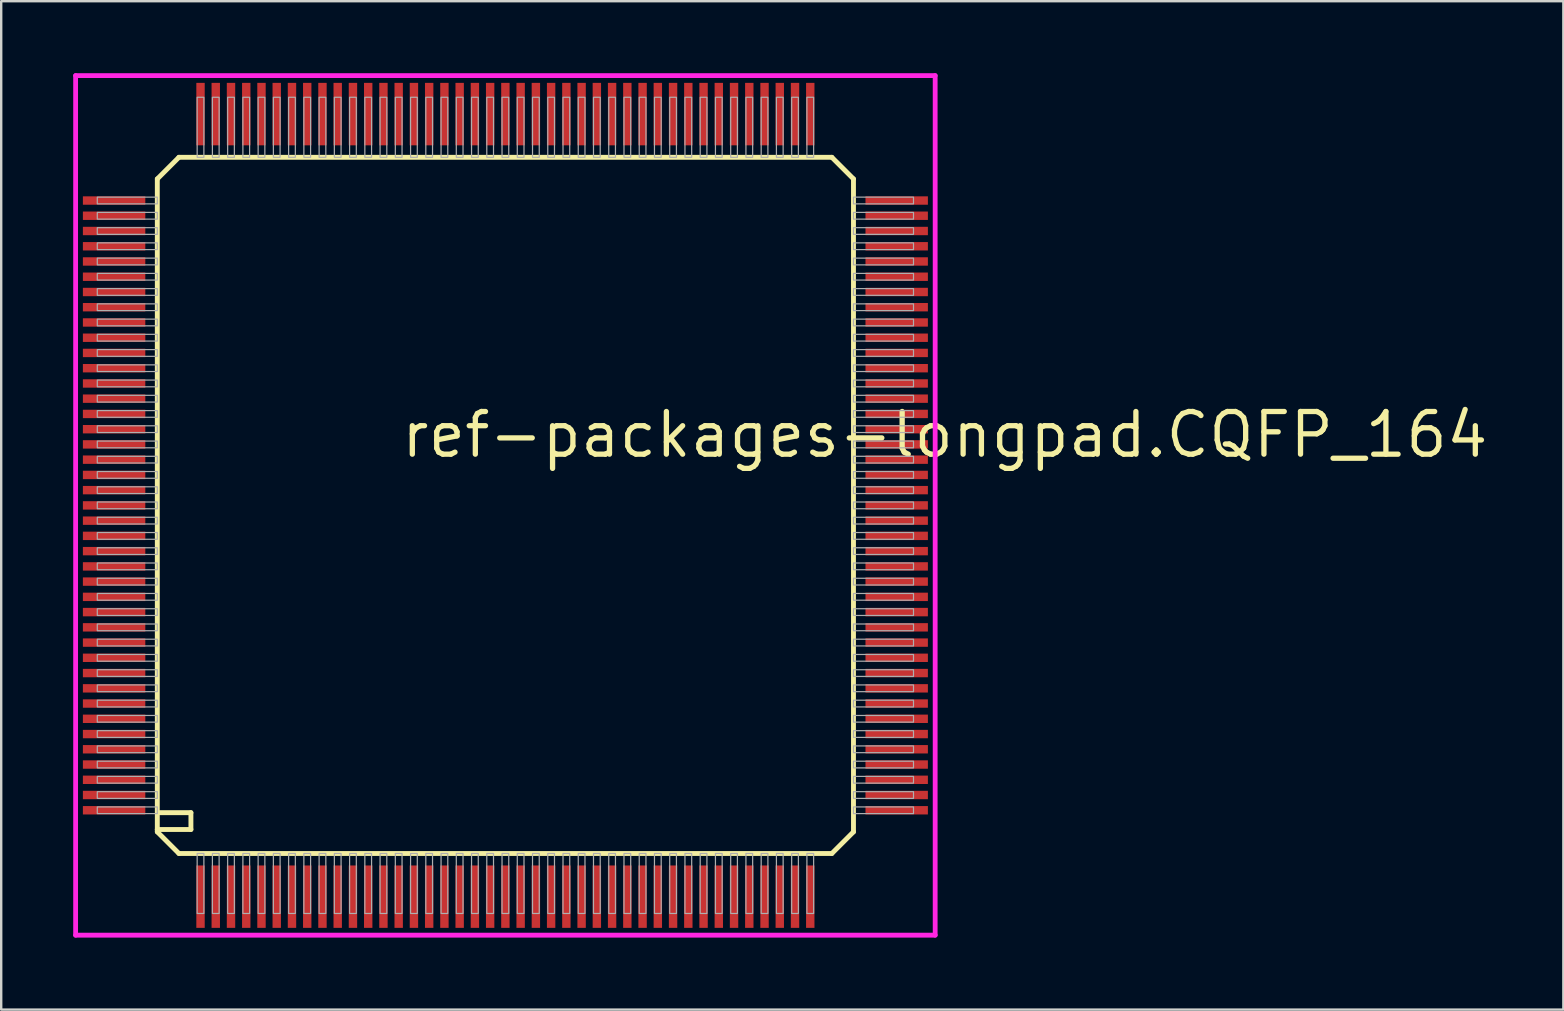
<source format=kicad_pcb>
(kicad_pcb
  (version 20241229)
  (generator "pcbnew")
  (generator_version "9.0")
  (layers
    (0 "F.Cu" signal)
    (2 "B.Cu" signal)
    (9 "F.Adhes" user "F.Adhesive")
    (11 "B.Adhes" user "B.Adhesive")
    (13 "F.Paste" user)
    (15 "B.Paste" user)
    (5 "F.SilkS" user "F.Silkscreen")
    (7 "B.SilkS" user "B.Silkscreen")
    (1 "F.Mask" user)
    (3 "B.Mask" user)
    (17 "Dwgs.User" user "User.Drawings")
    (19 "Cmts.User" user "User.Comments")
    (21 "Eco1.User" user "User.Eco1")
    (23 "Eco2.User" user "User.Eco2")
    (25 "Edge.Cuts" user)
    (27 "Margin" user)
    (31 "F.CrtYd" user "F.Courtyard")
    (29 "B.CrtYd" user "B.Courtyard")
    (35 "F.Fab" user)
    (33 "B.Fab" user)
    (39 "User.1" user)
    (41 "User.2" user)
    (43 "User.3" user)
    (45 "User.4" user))
  (footprint "ref-packages-longpad.CQFP_164"
    (layer "F.Cu")
    (at 18.003 18.003)
    (property "Reference" "ref-packages-longpad.CQFP_164" (at -4.445 -1.905 0) (layer "F.SilkS") (effects (font (size 1.778 1.778) (thickness 0.22)) (justify left bottom)))
    (attr smd)
    (fp_line (start -14.5 -13.6) (end -14.5 13.5) (stroke (width 0.203) (type default)) (layer "F.SilkS"))
    (fp_line (start -14.5 -13.6) (end -13.6 -14.5) (stroke (width 0.203) (type default)) (layer "F.SilkS"))
    (fp_line (start -14.5 13.5) (end -14.5 13.6) (stroke (width 0.203) (type default)) (layer "F.SilkS"))
    (fp_line (start -14.5 13.5) (end -13.1 13.5) (stroke (width 0.203) (type default)) (layer "F.SilkS"))
    (fp_line (start -14.5 13.6) (end -13.6 14.5) (stroke (width 0.203) (type default)) (layer "F.SilkS"))
    (fp_line (start -13.6 14.5) (end 13.6 14.5) (stroke (width 0.203) (type default)) (layer "F.SilkS"))
    (fp_line (start -13.1 12.8) (end -14.4 12.8) (stroke (width 0.203) (type default)) (layer "F.SilkS"))
    (fp_line (start -13.1 13.5) (end -13.1 12.8) (stroke (width 0.203) (type default)) (layer "F.SilkS"))
    (fp_line (start 13.6 -14.5) (end -13.6 -14.5) (stroke (width 0.203) (type default)) (layer "F.SilkS"))
    (fp_line (start 13.6 -14.5) (end 14.5 -13.6) (stroke (width 0.203) (type default)) (layer "F.SilkS"))
    (fp_line (start 13.6 14.5) (end 14.5 13.6) (stroke (width 0.203) (type default)) (layer "F.SilkS"))
    (fp_line (start 14.5 13.6) (end 14.5 -13.6) (stroke (width 0.203) (type default)) (layer "F.SilkS"))
    (fp_line (start -17.903 -17.903) (end 17.903 -17.903) (stroke (width 0.2) (type default)) (layer "F.CrtYd"))
    (fp_line (start -17.903 17.903) (end -17.903 -17.903) (stroke (width 0.2) (type default)) (layer "F.CrtYd"))
    (fp_line (start 17.903 -17.903) (end 17.903 17.903) (stroke (width 0.2) (type default)) (layer "F.CrtYd"))
    (fp_line (start 17.903 17.903) (end -17.903 17.903) (stroke (width 0.2) (type default)) (layer "F.CrtYd"))
    (fp_rect (start -17 -12.56) (end -14.5 -12.84) (stroke (width 0.05) (type default)) (fill no) (layer "F.Fab"))
    (fp_rect (start -17 -11.925) (end -14.5 -12.205) (stroke (width 0.05) (type default)) (fill no) (layer "F.Fab"))
    (fp_rect (start -17 -11.29) (end -14.5 -11.57) (stroke (width 0.05) (type default)) (fill no) (layer "F.Fab"))
    (fp_rect (start -17 -10.655) (end -14.5 -10.935) (stroke (width 0.05) (type default)) (fill no) (layer "F.Fab"))
    (fp_rect (start -17 -10.02) (end -14.5 -10.3) (stroke (width 0.05) (type default)) (fill no) (layer "F.Fab"))
    (fp_rect (start -17 -9.385) (end -14.5 -9.665) (stroke (width 0.05) (type default)) (fill no) (layer "F.Fab"))
    (fp_rect (start -17 -8.75) (end -14.5 -9.03) (stroke (width 0.05) (type default)) (fill no) (layer "F.Fab"))
    (fp_rect (start -17 -8.115) (end -14.5 -8.395) (stroke (width 0.05) (type default)) (fill no) (layer "F.Fab"))
    (fp_rect (start -17 -7.48) (end -14.5 -7.76) (stroke (width 0.05) (type default)) (fill no) (layer "F.Fab"))
    (fp_rect (start -17 -6.845) (end -14.5 -7.125) (stroke (width 0.05) (type default)) (fill no) (layer "F.Fab"))
    (fp_rect (start -17 -6.21) (end -14.5 -6.49) (stroke (width 0.05) (type default)) (fill no) (layer "F.Fab"))
    (fp_rect (start -17 -5.575) (end -14.5 -5.855) (stroke (width 0.05) (type default)) (fill no) (layer "F.Fab"))
    (fp_rect (start -17 -4.94) (end -14.5 -5.22) (stroke (width 0.05) (type default)) (fill no) (layer "F.Fab"))
    (fp_rect (start -17 -4.305) (end -14.5 -4.585) (stroke (width 0.05) (type default)) (fill no) (layer "F.Fab"))
    (fp_rect (start -17 -3.67) (end -14.5 -3.95) (stroke (width 0.05) (type default)) (fill no) (layer "F.Fab"))
    (fp_rect (start -17 -3.035) (end -14.5 -3.315) (stroke (width 0.05) (type default)) (fill no) (layer "F.Fab"))
    (fp_rect (start -17 -2.4) (end -14.5 -2.68) (stroke (width 0.05) (type default)) (fill no) (layer "F.Fab"))
    (fp_rect (start -17 -1.765) (end -14.5 -2.045) (stroke (width 0.05) (type default)) (fill no) (layer "F.Fab"))
    (fp_rect (start -17 -1.13) (end -14.5 -1.41) (stroke (width 0.05) (type default)) (fill no) (layer "F.Fab"))
    (fp_rect (start -17 -0.495) (end -14.5 -0.775) (stroke (width 0.05) (type default)) (fill no) (layer "F.Fab"))
    (fp_rect (start -17 0.14) (end -14.5 -0.14) (stroke (width 0.05) (type default)) (fill no) (layer "F.Fab"))
    (fp_rect (start -17 0.775) (end -14.5 0.495) (stroke (width 0.05) (type default)) (fill no) (layer "F.Fab"))
    (fp_rect (start -17 1.41) (end -14.5 1.13) (stroke (width 0.05) (type default)) (fill no) (layer "F.Fab"))
    (fp_rect (start -17 2.045) (end -14.5 1.765) (stroke (width 0.05) (type default)) (fill no) (layer "F.Fab"))
    (fp_rect (start -17 2.68) (end -14.5 2.4) (stroke (width 0.05) (type default)) (fill no) (layer "F.Fab"))
    (fp_rect (start -17 3.315) (end -14.5 3.035) (stroke (width 0.05) (type default)) (fill no) (layer "F.Fab"))
    (fp_rect (start -17 3.95) (end -14.5 3.67) (stroke (width 0.05) (type default)) (fill no) (layer "F.Fab"))
    (fp_rect (start -17 4.585) (end -14.5 4.305) (stroke (width 0.05) (type default)) (fill no) (layer "F.Fab"))
    (fp_rect (start -17 5.22) (end -14.5 4.94) (stroke (width 0.05) (type default)) (fill no) (layer "F.Fab"))
    (fp_rect (start -17 5.855) (end -14.5 5.575) (stroke (width 0.05) (type default)) (fill no) (layer "F.Fab"))
    (fp_rect (start -17 6.49) (end -14.5 6.21) (stroke (width 0.05) (type default)) (fill no) (layer "F.Fab"))
    (fp_rect (start -17 7.125) (end -14.5 6.845) (stroke (width 0.05) (type default)) (fill no) (layer "F.Fab"))
    (fp_rect (start -17 7.76) (end -14.5 7.48) (stroke (width 0.05) (type default)) (fill no) (layer "F.Fab"))
    (fp_rect (start -17 8.395) (end -14.5 8.115) (stroke (width 0.05) (type default)) (fill no) (layer "F.Fab"))
    (fp_rect (start -17 9.03) (end -14.5 8.75) (stroke (width 0.05) (type default)) (fill no) (layer "F.Fab"))
    (fp_rect (start -17 9.665) (end -14.5 9.385) (stroke (width 0.05) (type default)) (fill no) (layer "F.Fab"))
    (fp_rect (start -17 10.3) (end -14.5 10.02) (stroke (width 0.05) (type default)) (fill no) (layer "F.Fab"))
    (fp_rect (start -17 10.935) (end -14.5 10.655) (stroke (width 0.05) (type default)) (fill no) (layer "F.Fab"))
    (fp_rect (start -17 11.57) (end -14.5 11.29) (stroke (width 0.05) (type default)) (fill no) (layer "F.Fab"))
    (fp_rect (start -17 12.205) (end -14.5 11.925) (stroke (width 0.05) (type default)) (fill no) (layer "F.Fab"))
    (fp_rect (start -17 12.84) (end -14.5 12.56) (stroke (width 0.05) (type default)) (fill no) (layer "F.Fab"))
    (fp_rect (start -12.84 -14.5) (end -12.56 -17) (stroke (width 0.05) (type default)) (fill no) (layer "F.Fab"))
    (fp_rect (start -12.84 17) (end -12.56 14.5) (stroke (width 0.05) (type default)) (fill no) (layer "F.Fab"))
    (fp_rect (start -12.205 -14.5) (end -11.925 -17) (stroke (width 0.05) (type default)) (fill no) (layer "F.Fab"))
    (fp_rect (start -12.205 17) (end -11.925 14.5) (stroke (width 0.05) (type default)) (fill no) (layer "F.Fab"))
    (fp_rect (start -11.57 -14.5) (end -11.29 -17) (stroke (width 0.05) (type default)) (fill no) (layer "F.Fab"))
    (fp_rect (start -11.57 17) (end -11.29 14.5) (stroke (width 0.05) (type default)) (fill no) (layer "F.Fab"))
    (fp_rect (start -10.935 -14.5) (end -10.655 -17) (stroke (width 0.05) (type default)) (fill no) (layer "F.Fab"))
    (fp_rect (start -10.935 17) (end -10.655 14.5) (stroke (width 0.05) (type default)) (fill no) (layer "F.Fab"))
    (fp_rect (start -10.3 -14.5) (end -10.02 -17) (stroke (width 0.05) (type default)) (fill no) (layer "F.Fab"))
    (fp_rect (start -10.3 17) (end -10.02 14.5) (stroke (width 0.05) (type default)) (fill no) (layer "F.Fab"))
    (fp_rect (start -9.665 -14.5) (end -9.385 -17) (stroke (width 0.05) (type default)) (fill no) (layer "F.Fab"))
    (fp_rect (start -9.665 17) (end -9.385 14.5) (stroke (width 0.05) (type default)) (fill no) (layer "F.Fab"))
    (fp_rect (start -9.03 -14.5) (end -8.75 -17) (stroke (width 0.05) (type default)) (fill no) (layer "F.Fab"))
    (fp_rect (start -9.03 17) (end -8.75 14.5) (stroke (width 0.05) (type default)) (fill no) (layer "F.Fab"))
    (fp_rect (start -8.395 -14.5) (end -8.115 -17) (stroke (width 0.05) (type default)) (fill no) (layer "F.Fab"))
    (fp_rect (start -8.395 17) (end -8.115 14.5) (stroke (width 0.05) (type default)) (fill no) (layer "F.Fab"))
    (fp_rect (start -7.76 -14.5) (end -7.48 -17) (stroke (width 0.05) (type default)) (fill no) (layer "F.Fab"))
    (fp_rect (start -7.76 17) (end -7.48 14.5) (stroke (width 0.05) (type default)) (fill no) (layer "F.Fab"))
    (fp_rect (start -7.125 -14.5) (end -6.845 -17) (stroke (width 0.05) (type default)) (fill no) (layer "F.Fab"))
    (fp_rect (start -7.125 17) (end -6.845 14.5) (stroke (width 0.05) (type default)) (fill no) (layer "F.Fab"))
    (fp_rect (start -6.49 -14.5) (end -6.21 -17) (stroke (width 0.05) (type default)) (fill no) (layer "F.Fab"))
    (fp_rect (start -6.49 17) (end -6.21 14.5) (stroke (width 0.05) (type default)) (fill no) (layer "F.Fab"))
    (fp_rect (start -5.855 -14.5) (end -5.575 -17) (stroke (width 0.05) (type default)) (fill no) (layer "F.Fab"))
    (fp_rect (start -5.855 17) (end -5.575 14.5) (stroke (width 0.05) (type default)) (fill no) (layer "F.Fab"))
    (fp_rect (start -5.22 -14.5) (end -4.94 -17) (stroke (width 0.05) (type default)) (fill no) (layer "F.Fab"))
    (fp_rect (start -5.22 17) (end -4.94 14.5) (stroke (width 0.05) (type default)) (fill no) (layer "F.Fab"))
    (fp_rect (start -4.585 -14.5) (end -4.305 -17) (stroke (width 0.05) (type default)) (fill no) (layer "F.Fab"))
    (fp_rect (start -4.585 17) (end -4.305 14.5) (stroke (width 0.05) (type default)) (fill no) (layer "F.Fab"))
    (fp_rect (start -3.95 -14.5) (end -3.67 -17) (stroke (width 0.05) (type default)) (fill no) (layer "F.Fab"))
    (fp_rect (start -3.95 17) (end -3.67 14.5) (stroke (width 0.05) (type default)) (fill no) (layer "F.Fab"))
    (fp_rect (start -3.315 -14.5) (end -3.035 -17) (stroke (width 0.05) (type default)) (fill no) (layer "F.Fab"))
    (fp_rect (start -3.315 17) (end -3.035 14.5) (stroke (width 0.05) (type default)) (fill no) (layer "F.Fab"))
    (fp_rect (start -2.68 -14.5) (end -2.4 -17) (stroke (width 0.05) (type default)) (fill no) (layer "F.Fab"))
    (fp_rect (start -2.68 17) (end -2.4 14.5) (stroke (width 0.05) (type default)) (fill no) (layer "F.Fab"))
    (fp_rect (start -2.045 -14.5) (end -1.765 -17) (stroke (width 0.05) (type default)) (fill no) (layer "F.Fab"))
    (fp_rect (start -2.045 17) (end -1.765 14.5) (stroke (width 0.05) (type default)) (fill no) (layer "F.Fab"))
    (fp_rect (start -1.41 -14.5) (end -1.13 -17) (stroke (width 0.05) (type default)) (fill no) (layer "F.Fab"))
    (fp_rect (start -1.41 17) (end -1.13 14.5) (stroke (width 0.05) (type default)) (fill no) (layer "F.Fab"))
    (fp_rect (start -0.775 -14.5) (end -0.495 -17) (stroke (width 0.05) (type default)) (fill no) (layer "F.Fab"))
    (fp_rect (start -0.775 17) (end -0.495 14.5) (stroke (width 0.05) (type default)) (fill no) (layer "F.Fab"))
    (fp_rect (start -0.14 -14.5) (end 0.14 -17) (stroke (width 0.05) (type default)) (fill no) (layer "F.Fab"))
    (fp_rect (start -0.14 17) (end 0.14 14.5) (stroke (width 0.05) (type default)) (fill no) (layer "F.Fab"))
    (fp_rect (start 0.495 -14.5) (end 0.775 -17) (stroke (width 0.05) (type default)) (fill no) (layer "F.Fab"))
    (fp_rect (start 0.495 17) (end 0.775 14.5) (stroke (width 0.05) (type default)) (fill no) (layer "F.Fab"))
    (fp_rect (start 1.13 -14.5) (end 1.41 -17) (stroke (width 0.05) (type default)) (fill no) (layer "F.Fab"))
    (fp_rect (start 1.13 17) (end 1.41 14.5) (stroke (width 0.05) (type default)) (fill no) (layer "F.Fab"))
    (fp_rect (start 1.765 -14.5) (end 2.045 -17) (stroke (width 0.05) (type default)) (fill no) (layer "F.Fab"))
    (fp_rect (start 1.765 17) (end 2.045 14.5) (stroke (width 0.05) (type default)) (fill no) (layer "F.Fab"))
    (fp_rect (start 2.4 -14.5) (end 2.68 -17) (stroke (width 0.05) (type default)) (fill no) (layer "F.Fab"))
    (fp_rect (start 2.4 17) (end 2.68 14.5) (stroke (width 0.05) (type default)) (fill no) (layer "F.Fab"))
    (fp_rect (start 3.035 -14.5) (end 3.315 -17) (stroke (width 0.05) (type default)) (fill no) (layer "F.Fab"))
    (fp_rect (start 3.035 17) (end 3.315 14.5) (stroke (width 0.05) (type default)) (fill no) (layer "F.Fab"))
    (fp_rect (start 3.67 -14.5) (end 3.95 -17) (stroke (width 0.05) (type default)) (fill no) (layer "F.Fab"))
    (fp_rect (start 3.67 17) (end 3.95 14.5) (stroke (width 0.05) (type default)) (fill no) (layer "F.Fab"))
    (fp_rect (start 4.305 -14.5) (end 4.585 -17) (stroke (width 0.05) (type default)) (fill no) (layer "F.Fab"))
    (fp_rect (start 4.305 17) (end 4.585 14.5) (stroke (width 0.05) (type default)) (fill no) (layer "F.Fab"))
    (fp_rect (start 4.94 -14.5) (end 5.22 -17) (stroke (width 0.05) (type default)) (fill no) (layer "F.Fab"))
    (fp_rect (start 4.94 17) (end 5.22 14.5) (stroke (width 0.05) (type default)) (fill no) (layer "F.Fab"))
    (fp_rect (start 5.575 -14.5) (end 5.855 -17) (stroke (width 0.05) (type default)) (fill no) (layer "F.Fab"))
    (fp_rect (start 5.575 17) (end 5.855 14.5) (stroke (width 0.05) (type default)) (fill no) (layer "F.Fab"))
    (fp_rect (start 6.21 -14.5) (end 6.49 -17) (stroke (width 0.05) (type default)) (fill no) (layer "F.Fab"))
    (fp_rect (start 6.21 17) (end 6.49 14.5) (stroke (width 0.05) (type default)) (fill no) (layer "F.Fab"))
    (fp_rect (start 6.845 -14.5) (end 7.125 -17) (stroke (width 0.05) (type default)) (fill no) (layer "F.Fab"))
    (fp_rect (start 6.845 17) (end 7.125 14.5) (stroke (width 0.05) (type default)) (fill no) (layer "F.Fab"))
    (fp_rect (start 7.48 -14.5) (end 7.76 -17) (stroke (width 0.05) (type default)) (fill no) (layer "F.Fab"))
    (fp_rect (start 7.48 17) (end 7.76 14.5) (stroke (width 0.05) (type default)) (fill no) (layer "F.Fab"))
    (fp_rect (start 8.115 -14.5) (end 8.395 -17) (stroke (width 0.05) (type default)) (fill no) (layer "F.Fab"))
    (fp_rect (start 8.115 17) (end 8.395 14.5) (stroke (width 0.05) (type default)) (fill no) (layer "F.Fab"))
    (fp_rect (start 8.75 -14.5) (end 9.03 -17) (stroke (width 0.05) (type default)) (fill no) (layer "F.Fab"))
    (fp_rect (start 8.75 17) (end 9.03 14.5) (stroke (width 0.05) (type default)) (fill no) (layer "F.Fab"))
    (fp_rect (start 9.385 -14.5) (end 9.665 -17) (stroke (width 0.05) (type default)) (fill no) (layer "F.Fab"))
    (fp_rect (start 9.385 17) (end 9.665 14.5) (stroke (width 0.05) (type default)) (fill no) (layer "F.Fab"))
    (fp_rect (start 10.02 -14.5) (end 10.3 -17) (stroke (width 0.05) (type default)) (fill no) (layer "F.Fab"))
    (fp_rect (start 10.02 17) (end 10.3 14.5) (stroke (width 0.05) (type default)) (fill no) (layer "F.Fab"))
    (fp_rect (start 10.655 -14.5) (end 10.935 -17) (stroke (width 0.05) (type default)) (fill no) (layer "F.Fab"))
    (fp_rect (start 10.655 17) (end 10.935 14.5) (stroke (width 0.05) (type default)) (fill no) (layer "F.Fab"))
    (fp_rect (start 11.29 -14.5) (end 11.57 -17) (stroke (width 0.05) (type default)) (fill no) (layer "F.Fab"))
    (fp_rect (start 11.29 17) (end 11.57 14.5) (stroke (width 0.05) (type default)) (fill no) (layer "F.Fab"))
    (fp_rect (start 11.925 -14.5) (end 12.205 -17) (stroke (width 0.05) (type default)) (fill no) (layer "F.Fab"))
    (fp_rect (start 11.925 17) (end 12.205 14.5) (stroke (width 0.05) (type default)) (fill no) (layer "F.Fab"))
    (fp_rect (start 12.56 -14.5) (end 12.84 -17) (stroke (width 0.05) (type default)) (fill no) (layer "F.Fab"))
    (fp_rect (start 12.56 17) (end 12.84 14.5) (stroke (width 0.05) (type default)) (fill no) (layer "F.Fab"))
    (fp_rect (start 14.5 -12.56) (end 17 -12.84) (stroke (width 0.05) (type default)) (fill no) (layer "F.Fab"))
    (fp_rect (start 14.5 -11.925) (end 17 -12.205) (stroke (width 0.05) (type default)) (fill no) (layer "F.Fab"))
    (fp_rect (start 14.5 -11.29) (end 17 -11.57) (stroke (width 0.05) (type default)) (fill no) (layer "F.Fab"))
    (fp_rect (start 14.5 -10.655) (end 17 -10.935) (stroke (width 0.05) (type default)) (fill no) (layer "F.Fab"))
    (fp_rect (start 14.5 -10.02) (end 17 -10.3) (stroke (width 0.05) (type default)) (fill no) (layer "F.Fab"))
    (fp_rect (start 14.5 -9.385) (end 17 -9.665) (stroke (width 0.05) (type default)) (fill no) (layer "F.Fab"))
    (fp_rect (start 14.5 -8.75) (end 17 -9.03) (stroke (width 0.05) (type default)) (fill no) (layer "F.Fab"))
    (fp_rect (start 14.5 -8.115) (end 17 -8.395) (stroke (width 0.05) (type default)) (fill no) (layer "F.Fab"))
    (fp_rect (start 14.5 -7.48) (end 17 -7.76) (stroke (width 0.05) (type default)) (fill no) (layer "F.Fab"))
    (fp_rect (start 14.5 -6.845) (end 17 -7.125) (stroke (width 0.05) (type default)) (fill no) (layer "F.Fab"))
    (fp_rect (start 14.5 -6.21) (end 17 -6.49) (stroke (width 0.05) (type default)) (fill no) (layer "F.Fab"))
    (fp_rect (start 14.5 -5.575) (end 17 -5.855) (stroke (width 0.05) (type default)) (fill no) (layer "F.Fab"))
    (fp_rect (start 14.5 -4.94) (end 17 -5.22) (stroke (width 0.05) (type default)) (fill no) (layer "F.Fab"))
    (fp_rect (start 14.5 -4.305) (end 17 -4.585) (stroke (width 0.05) (type default)) (fill no) (layer "F.Fab"))
    (fp_rect (start 14.5 -3.67) (end 17 -3.95) (stroke (width 0.05) (type default)) (fill no) (layer "F.Fab"))
    (fp_rect (start 14.5 -3.035) (end 17 -3.315) (stroke (width 0.05) (type default)) (fill no) (layer "F.Fab"))
    (fp_rect (start 14.5 -2.4) (end 17 -2.68) (stroke (width 0.05) (type default)) (fill no) (layer "F.Fab"))
    (fp_rect (start 14.5 -1.765) (end 17 -2.045) (stroke (width 0.05) (type default)) (fill no) (layer "F.Fab"))
    (fp_rect (start 14.5 -1.13) (end 17 -1.41) (stroke (width 0.05) (type default)) (fill no) (layer "F.Fab"))
    (fp_rect (start 14.5 -0.495) (end 17 -0.775) (stroke (width 0.05) (type default)) (fill no) (layer "F.Fab"))
    (fp_rect (start 14.5 0.14) (end 17 -0.14) (stroke (width 0.05) (type default)) (fill no) (layer "F.Fab"))
    (fp_rect (start 14.5 0.775) (end 17 0.495) (stroke (width 0.05) (type default)) (fill no) (layer "F.Fab"))
    (fp_rect (start 14.5 1.41) (end 17 1.13) (stroke (width 0.05) (type default)) (fill no) (layer "F.Fab"))
    (fp_rect (start 14.5 2.045) (end 17 1.765) (stroke (width 0.05) (type default)) (fill no) (layer "F.Fab"))
    (fp_rect (start 14.5 2.68) (end 17 2.4) (stroke (width 0.05) (type default)) (fill no) (layer "F.Fab"))
    (fp_rect (start 14.5 3.315) (end 17 3.035) (stroke (width 0.05) (type default)) (fill no) (layer "F.Fab"))
    (fp_rect (start 14.5 3.95) (end 17 3.67) (stroke (width 0.05) (type default)) (fill no) (layer "F.Fab"))
    (fp_rect (start 14.5 4.585) (end 17 4.305) (stroke (width 0.05) (type default)) (fill no) (layer "F.Fab"))
    (fp_rect (start 14.5 5.22) (end 17 4.94) (stroke (width 0.05) (type default)) (fill no) (layer "F.Fab"))
    (fp_rect (start 14.5 5.855) (end 17 5.575) (stroke (width 0.05) (type default)) (fill no) (layer "F.Fab"))
    (fp_rect (start 14.5 6.49) (end 17 6.21) (stroke (width 0.05) (type default)) (fill no) (layer "F.Fab"))
    (fp_rect (start 14.5 7.125) (end 17 6.845) (stroke (width 0.05) (type default)) (fill no) (layer "F.Fab"))
    (fp_rect (start 14.5 7.76) (end 17 7.48) (stroke (width 0.05) (type default)) (fill no) (layer "F.Fab"))
    (fp_rect (start 14.5 8.395) (end 17 8.115) (stroke (width 0.05) (type default)) (fill no) (layer "F.Fab"))
    (fp_rect (start 14.5 9.03) (end 17 8.75) (stroke (width 0.05) (type default)) (fill no) (layer "F.Fab"))
    (fp_rect (start 14.5 9.665) (end 17 9.385) (stroke (width 0.05) (type default)) (fill no) (layer "F.Fab"))
    (fp_rect (start 14.5 10.3) (end 17 10.02) (stroke (width 0.05) (type default)) (fill no) (layer "F.Fab"))
    (fp_rect (start 14.5 10.935) (end 17 10.655) (stroke (width 0.05) (type default)) (fill no) (layer "F.Fab"))
    (fp_rect (start 14.5 11.57) (end 17 11.29) (stroke (width 0.05) (type default)) (fill no) (layer "F.Fab"))
    (fp_rect (start 14.5 12.205) (end 17 11.925) (stroke (width 0.05) (type default)) (fill no) (layer "F.Fab"))
    (fp_rect (start 14.5 12.84) (end 17 12.56) (stroke (width 0.05) (type default)) (fill no) (layer "F.Fab"))
    (pad "1" smd roundrect (at -12.7 16.3) (size 0.35 2.6) (layers "F.Cu" "F.Mask" "F.Paste") (roundrect_rratio 0.01))
    (pad "2" smd roundrect (at -12.065 16.3) (size 0.35 2.6) (layers "F.Cu" "F.Mask" "F.Paste") (roundrect_rratio 0.01))
    (pad "3" smd roundrect (at -11.43 16.3) (size 0.35 2.6) (layers "F.Cu" "F.Mask" "F.Paste") (roundrect_rratio 0.01))
    (pad "4" smd roundrect (at -10.795 16.3) (size 0.35 2.6) (layers "F.Cu" "F.Mask" "F.Paste") (roundrect_rratio 0.01))
    (pad "5" smd roundrect (at -10.16 16.3) (size 0.35 2.6) (layers "F.Cu" "F.Mask" "F.Paste") (roundrect_rratio 0.01))
    (pad "6" smd roundrect (at -9.525 16.3) (size 0.35 2.6) (layers "F.Cu" "F.Mask" "F.Paste") (roundrect_rratio 0.01))
    (pad "7" smd roundrect (at -8.89 16.3) (size 0.35 2.6) (layers "F.Cu" "F.Mask" "F.Paste") (roundrect_rratio 0.01))
    (pad "8" smd roundrect (at -8.255 16.3) (size 0.35 2.6) (layers "F.Cu" "F.Mask" "F.Paste") (roundrect_rratio 0.01))
    (pad "9" smd roundrect (at -7.62 16.3) (size 0.35 2.6) (layers "F.Cu" "F.Mask" "F.Paste") (roundrect_rratio 0.01))
    (pad "10" smd roundrect (at -6.985 16.3) (size 0.35 2.6) (layers "F.Cu" "F.Mask" "F.Paste") (roundrect_rratio 0.01))
    (pad "11" smd roundrect (at -6.35 16.3) (size 0.35 2.6) (layers "F.Cu" "F.Mask" "F.Paste") (roundrect_rratio 0.01))
    (pad "12" smd roundrect (at -5.715 16.3) (size 0.35 2.6) (layers "F.Cu" "F.Mask" "F.Paste") (roundrect_rratio 0.01))
    (pad "13" smd roundrect (at -5.08 16.3) (size 0.35 2.6) (layers "F.Cu" "F.Mask" "F.Paste") (roundrect_rratio 0.01))
    (pad "14" smd roundrect (at -4.445 16.3) (size 0.35 2.6) (layers "F.Cu" "F.Mask" "F.Paste") (roundrect_rratio 0.01))
    (pad "15" smd roundrect (at -3.81 16.3) (size 0.35 2.6) (layers "F.Cu" "F.Mask" "F.Paste") (roundrect_rratio 0.01))
    (pad "16" smd roundrect (at -3.175 16.3) (size 0.35 2.6) (layers "F.Cu" "F.Mask" "F.Paste") (roundrect_rratio 0.01))
    (pad "17" smd roundrect (at -2.54 16.3) (size 0.35 2.6) (layers "F.Cu" "F.Mask" "F.Paste") (roundrect_rratio 0.01))
    (pad "18" smd roundrect (at -1.905 16.3) (size 0.35 2.6) (layers "F.Cu" "F.Mask" "F.Paste") (roundrect_rratio 0.01))
    (pad "19" smd roundrect (at -1.27 16.3) (size 0.35 2.6) (layers "F.Cu" "F.Mask" "F.Paste") (roundrect_rratio 0.01))
    (pad "20" smd roundrect (at -0.635 16.3) (size 0.35 2.6) (layers "F.Cu" "F.Mask" "F.Paste") (roundrect_rratio 0.01))
    (pad "21" smd roundrect (at 0 16.3) (size 0.35 2.6) (layers "F.Cu" "F.Mask" "F.Paste") (roundrect_rratio 0.01))
    (pad "22" smd roundrect (at 0.635 16.3) (size 0.35 2.6) (layers "F.Cu" "F.Mask" "F.Paste") (roundrect_rratio 0.01))
    (pad "23" smd roundrect (at 1.27 16.3) (size 0.35 2.6) (layers "F.Cu" "F.Mask" "F.Paste") (roundrect_rratio 0.01))
    (pad "24" smd roundrect (at 1.905 16.3) (size 0.35 2.6) (layers "F.Cu" "F.Mask" "F.Paste") (roundrect_rratio 0.01))
    (pad "25" smd roundrect (at 2.54 16.3) (size 0.35 2.6) (layers "F.Cu" "F.Mask" "F.Paste") (roundrect_rratio 0.01))
    (pad "26" smd roundrect (at 3.175 16.3) (size 0.35 2.6) (layers "F.Cu" "F.Mask" "F.Paste") (roundrect_rratio 0.01))
    (pad "27" smd roundrect (at 3.81 16.3) (size 0.35 2.6) (layers "F.Cu" "F.Mask" "F.Paste") (roundrect_rratio 0.01))
    (pad "28" smd roundrect (at 4.445 16.3) (size 0.35 2.6) (layers "F.Cu" "F.Mask" "F.Paste") (roundrect_rratio 0.01))
    (pad "29" smd roundrect (at 5.08 16.3) (size 0.35 2.6) (layers "F.Cu" "F.Mask" "F.Paste") (roundrect_rratio 0.01))
    (pad "30" smd roundrect (at 5.715 16.3) (size 0.35 2.6) (layers "F.Cu" "F.Mask" "F.Paste") (roundrect_rratio 0.01))
    (pad "31" smd roundrect (at 6.35 16.3) (size 0.35 2.6) (layers "F.Cu" "F.Mask" "F.Paste") (roundrect_rratio 0.01))
    (pad "32" smd roundrect (at 6.985 16.3) (size 0.35 2.6) (layers "F.Cu" "F.Mask" "F.Paste") (roundrect_rratio 0.01))
    (pad "33" smd roundrect (at 7.62 16.3) (size 0.35 2.6) (layers "F.Cu" "F.Mask" "F.Paste") (roundrect_rratio 0.01))
    (pad "34" smd roundrect (at 8.255 16.3) (size 0.35 2.6) (layers "F.Cu" "F.Mask" "F.Paste") (roundrect_rratio 0.01))
    (pad "35" smd roundrect (at 8.89 16.3) (size 0.35 2.6) (layers "F.Cu" "F.Mask" "F.Paste") (roundrect_rratio 0.01))
    (pad "36" smd roundrect (at 9.525 16.3) (size 0.35 2.6) (layers "F.Cu" "F.Mask" "F.Paste") (roundrect_rratio 0.01))
    (pad "37" smd roundrect (at 10.16 16.3) (size 0.35 2.6) (layers "F.Cu" "F.Mask" "F.Paste") (roundrect_rratio 0.01))
    (pad "38" smd roundrect (at 10.795 16.3) (size 0.35 2.6) (layers "F.Cu" "F.Mask" "F.Paste") (roundrect_rratio 0.01))
    (pad "39" smd roundrect (at 11.43 16.3) (size 0.35 2.6) (layers "F.Cu" "F.Mask" "F.Paste") (roundrect_rratio 0.01))
    (pad "40" smd roundrect (at 12.065 16.3) (size 0.35 2.6) (layers "F.Cu" "F.Mask" "F.Paste") (roundrect_rratio 0.01))
    (pad "41" smd roundrect (at 12.7 16.3) (size 0.35 2.6) (layers "F.Cu" "F.Mask" "F.Paste") (roundrect_rratio 0.01))
    (pad "42" smd roundrect (at 16.3 12.7) (size 2.6 0.35) (layers "F.Cu" "F.Mask" "F.Paste") (roundrect_rratio 0.01))
    (pad "43" smd roundrect (at 16.3 12.065) (size 2.6 0.35) (layers "F.Cu" "F.Mask" "F.Paste") (roundrect_rratio 0.01))
    (pad "44" smd roundrect (at 16.3 11.43) (size 2.6 0.35) (layers "F.Cu" "F.Mask" "F.Paste") (roundrect_rratio 0.01))
    (pad "45" smd roundrect (at 16.3 10.795) (size 2.6 0.35) (layers "F.Cu" "F.Mask" "F.Paste") (roundrect_rratio 0.01))
    (pad "46" smd roundrect (at 16.3 10.16) (size 2.6 0.35) (layers "F.Cu" "F.Mask" "F.Paste") (roundrect_rratio 0.01))
    (pad "47" smd roundrect (at 16.3 9.525) (size 2.6 0.35) (layers "F.Cu" "F.Mask" "F.Paste") (roundrect_rratio 0.01))
    (pad "48" smd roundrect (at 16.3 8.89) (size 2.6 0.35) (layers "F.Cu" "F.Mask" "F.Paste") (roundrect_rratio 0.01))
    (pad "49" smd roundrect (at 16.3 8.255) (size 2.6 0.35) (layers "F.Cu" "F.Mask" "F.Paste") (roundrect_rratio 0.01))
    (pad "50" smd roundrect (at 16.3 7.62) (size 2.6 0.35) (layers "F.Cu" "F.Mask" "F.Paste") (roundrect_rratio 0.01))
    (pad "51" smd roundrect (at 16.3 6.985) (size 2.6 0.35) (layers "F.Cu" "F.Mask" "F.Paste") (roundrect_rratio 0.01))
    (pad "52" smd roundrect (at 16.3 6.35) (size 2.6 0.35) (layers "F.Cu" "F.Mask" "F.Paste") (roundrect_rratio 0.01))
    (pad "53" smd roundrect (at 16.3 5.715) (size 2.6 0.35) (layers "F.Cu" "F.Mask" "F.Paste") (roundrect_rratio 0.01))
    (pad "54" smd roundrect (at 16.3 5.08) (size 2.6 0.35) (layers "F.Cu" "F.Mask" "F.Paste") (roundrect_rratio 0.01))
    (pad "55" smd roundrect (at 16.3 4.445) (size 2.6 0.35) (layers "F.Cu" "F.Mask" "F.Paste") (roundrect_rratio 0.01))
    (pad "56" smd roundrect (at 16.3 3.81) (size 2.6 0.35) (layers "F.Cu" "F.Mask" "F.Paste") (roundrect_rratio 0.01))
    (pad "57" smd roundrect (at 16.3 3.175) (size 2.6 0.35) (layers "F.Cu" "F.Mask" "F.Paste") (roundrect_rratio 0.01))
    (pad "58" smd roundrect (at 16.3 2.54) (size 2.6 0.35) (layers "F.Cu" "F.Mask" "F.Paste") (roundrect_rratio 0.01))
    (pad "59" smd roundrect (at 16.3 1.905) (size 2.6 0.35) (layers "F.Cu" "F.Mask" "F.Paste") (roundrect_rratio 0.01))
    (pad "60" smd roundrect (at 16.3 1.27) (size 2.6 0.35) (layers "F.Cu" "F.Mask" "F.Paste") (roundrect_rratio 0.01))
    (pad "61" smd roundrect (at 16.3 0.635) (size 2.6 0.35) (layers "F.Cu" "F.Mask" "F.Paste") (roundrect_rratio 0.01))
    (pad "62" smd roundrect (at 16.3 0) (size 2.6 0.35) (layers "F.Cu" "F.Mask" "F.Paste") (roundrect_rratio 0.01))
    (pad "63" smd roundrect (at 16.3 -0.635) (size 2.6 0.35) (layers "F.Cu" "F.Mask" "F.Paste") (roundrect_rratio 0.01))
    (pad "64" smd roundrect (at 16.3 -1.27) (size 2.6 0.35) (layers "F.Cu" "F.Mask" "F.Paste") (roundrect_rratio 0.01))
    (pad "65" smd roundrect (at 16.3 -1.905) (size 2.6 0.35) (layers "F.Cu" "F.Mask" "F.Paste") (roundrect_rratio 0.01))
    (pad "66" smd roundrect (at 16.3 -2.54) (size 2.6 0.35) (layers "F.Cu" "F.Mask" "F.Paste") (roundrect_rratio 0.01))
    (pad "67" smd roundrect (at 16.3 -3.175) (size 2.6 0.35) (layers "F.Cu" "F.Mask" "F.Paste") (roundrect_rratio 0.01))
    (pad "68" smd roundrect (at 16.3 -3.81) (size 2.6 0.35) (layers "F.Cu" "F.Mask" "F.Paste") (roundrect_rratio 0.01))
    (pad "69" smd roundrect (at 16.3 -4.445) (size 2.6 0.35) (layers "F.Cu" "F.Mask" "F.Paste") (roundrect_rratio 0.01))
    (pad "70" smd roundrect (at 16.3 -5.08) (size 2.6 0.35) (layers "F.Cu" "F.Mask" "F.Paste") (roundrect_rratio 0.01))
    (pad "71" smd roundrect (at 16.3 -5.715) (size 2.6 0.35) (layers "F.Cu" "F.Mask" "F.Paste") (roundrect_rratio 0.01))
    (pad "72" smd roundrect (at 16.3 -6.35) (size 2.6 0.35) (layers "F.Cu" "F.Mask" "F.Paste") (roundrect_rratio 0.01))
    (pad "73" smd roundrect (at 16.3 -6.985) (size 2.6 0.35) (layers "F.Cu" "F.Mask" "F.Paste") (roundrect_rratio 0.01))
    (pad "74" smd roundrect (at 16.3 -7.62) (size 2.6 0.35) (layers "F.Cu" "F.Mask" "F.Paste") (roundrect_rratio 0.01))
    (pad "75" smd roundrect (at 16.3 -8.255) (size 2.6 0.35) (layers "F.Cu" "F.Mask" "F.Paste") (roundrect_rratio 0.01))
    (pad "76" smd roundrect (at 16.3 -8.89) (size 2.6 0.35) (layers "F.Cu" "F.Mask" "F.Paste") (roundrect_rratio 0.01))
    (pad "77" smd roundrect (at 16.3 -9.525) (size 2.6 0.35) (layers "F.Cu" "F.Mask" "F.Paste") (roundrect_rratio 0.01))
    (pad "78" smd roundrect (at 16.3 -10.16) (size 2.6 0.35) (layers "F.Cu" "F.Mask" "F.Paste") (roundrect_rratio 0.01))
    (pad "79" smd roundrect (at 16.3 -10.795) (size 2.6 0.35) (layers "F.Cu" "F.Mask" "F.Paste") (roundrect_rratio 0.01))
    (pad "80" smd roundrect (at 16.3 -11.43) (size 2.6 0.35) (layers "F.Cu" "F.Mask" "F.Paste") (roundrect_rratio 0.01))
    (pad "81" smd roundrect (at 16.3 -12.065) (size 2.6 0.35) (layers "F.Cu" "F.Mask" "F.Paste") (roundrect_rratio 0.01))
    (pad "82" smd roundrect (at 16.3 -12.7) (size 2.6 0.35) (layers "F.Cu" "F.Mask" "F.Paste") (roundrect_rratio 0.01))
    (pad "83" smd roundrect (at 12.7 -16.3) (size 0.35 2.6) (layers "F.Cu" "F.Mask" "F.Paste") (roundrect_rratio 0.01))
    (pad "84" smd roundrect (at 12.065 -16.3) (size 0.35 2.6) (layers "F.Cu" "F.Mask" "F.Paste") (roundrect_rratio 0.01))
    (pad "85" smd roundrect (at 11.43 -16.3) (size 0.35 2.6) (layers "F.Cu" "F.Mask" "F.Paste") (roundrect_rratio 0.01))
    (pad "86" smd roundrect (at 10.795 -16.3) (size 0.35 2.6) (layers "F.Cu" "F.Mask" "F.Paste") (roundrect_rratio 0.01))
    (pad "87" smd roundrect (at 10.16 -16.3) (size 0.35 2.6) (layers "F.Cu" "F.Mask" "F.Paste") (roundrect_rratio 0.01))
    (pad "88" smd roundrect (at 9.525 -16.3) (size 0.35 2.6) (layers "F.Cu" "F.Mask" "F.Paste") (roundrect_rratio 0.01))
    (pad "89" smd roundrect (at 8.89 -16.3) (size 0.35 2.6) (layers "F.Cu" "F.Mask" "F.Paste") (roundrect_rratio 0.01))
    (pad "90" smd roundrect (at 8.255 -16.3) (size 0.35 2.6) (layers "F.Cu" "F.Mask" "F.Paste") (roundrect_rratio 0.01))
    (pad "91" smd roundrect (at 7.62 -16.3) (size 0.35 2.6) (layers "F.Cu" "F.Mask" "F.Paste") (roundrect_rratio 0.01))
    (pad "92" smd roundrect (at 6.985 -16.3) (size 0.35 2.6) (layers "F.Cu" "F.Mask" "F.Paste") (roundrect_rratio 0.01))
    (pad "93" smd roundrect (at 6.35 -16.3) (size 0.35 2.6) (layers "F.Cu" "F.Mask" "F.Paste") (roundrect_rratio 0.01))
    (pad "94" smd roundrect (at 5.715 -16.3) (size 0.35 2.6) (layers "F.Cu" "F.Mask" "F.Paste") (roundrect_rratio 0.01))
    (pad "95" smd roundrect (at 5.08 -16.3) (size 0.35 2.6) (layers "F.Cu" "F.Mask" "F.Paste") (roundrect_rratio 0.01))
    (pad "96" smd roundrect (at 4.445 -16.3) (size 0.35 2.6) (layers "F.Cu" "F.Mask" "F.Paste") (roundrect_rratio 0.01))
    (pad "97" smd roundrect (at 3.81 -16.3) (size 0.35 2.6) (layers "F.Cu" "F.Mask" "F.Paste") (roundrect_rratio 0.01))
    (pad "98" smd roundrect (at 3.175 -16.3) (size 0.35 2.6) (layers "F.Cu" "F.Mask" "F.Paste") (roundrect_rratio 0.01))
    (pad "99" smd roundrect (at 2.54 -16.3) (size 0.35 2.6) (layers "F.Cu" "F.Mask" "F.Paste") (roundrect_rratio 0.01))
    (pad "100" smd roundrect (at 1.905 -16.3) (size 0.35 2.6) (layers "F.Cu" "F.Mask" "F.Paste") (roundrect_rratio 0.01))
    (pad "101" smd roundrect (at 1.27 -16.3) (size 0.35 2.6) (layers "F.Cu" "F.Mask" "F.Paste") (roundrect_rratio 0.01))
    (pad "102" smd roundrect (at 0.635 -16.3) (size 0.35 2.6) (layers "F.Cu" "F.Mask" "F.Paste") (roundrect_rratio 0.01))
    (pad "103" smd roundrect (at 0 -16.3) (size 0.35 2.6) (layers "F.Cu" "F.Mask" "F.Paste") (roundrect_rratio 0.01))
    (pad "104" smd roundrect (at -0.635 -16.3) (size 0.35 2.6) (layers "F.Cu" "F.Mask" "F.Paste") (roundrect_rratio 0.01))
    (pad "105" smd roundrect (at -1.27 -16.3) (size 0.35 2.6) (layers "F.Cu" "F.Mask" "F.Paste") (roundrect_rratio 0.01))
    (pad "106" smd roundrect (at -1.905 -16.3) (size 0.35 2.6) (layers "F.Cu" "F.Mask" "F.Paste") (roundrect_rratio 0.01))
    (pad "107" smd roundrect (at -2.54 -16.3) (size 0.35 2.6) (layers "F.Cu" "F.Mask" "F.Paste") (roundrect_rratio 0.01))
    (pad "108" smd roundrect (at -3.175 -16.3) (size 0.35 2.6) (layers "F.Cu" "F.Mask" "F.Paste") (roundrect_rratio 0.01))
    (pad "109" smd roundrect (at -3.81 -16.3) (size 0.35 2.6) (layers "F.Cu" "F.Mask" "F.Paste") (roundrect_rratio 0.01))
    (pad "110" smd roundrect (at -4.445 -16.3) (size 0.35 2.6) (layers "F.Cu" "F.Mask" "F.Paste") (roundrect_rratio 0.01))
    (pad "111" smd roundrect (at -5.08 -16.3) (size 0.35 2.6) (layers "F.Cu" "F.Mask" "F.Paste") (roundrect_rratio 0.01))
    (pad "112" smd roundrect (at -5.715 -16.3) (size 0.35 2.6) (layers "F.Cu" "F.Mask" "F.Paste") (roundrect_rratio 0.01))
    (pad "113" smd roundrect (at -6.35 -16.3) (size 0.35 2.6) (layers "F.Cu" "F.Mask" "F.Paste") (roundrect_rratio 0.01))
    (pad "114" smd roundrect (at -6.985 -16.3) (size 0.35 2.6) (layers "F.Cu" "F.Mask" "F.Paste") (roundrect_rratio 0.01))
    (pad "115" smd roundrect (at -7.62 -16.3) (size 0.35 2.6) (layers "F.Cu" "F.Mask" "F.Paste") (roundrect_rratio 0.01))
    (pad "116" smd roundrect (at -8.255 -16.3) (size 0.35 2.6) (layers "F.Cu" "F.Mask" "F.Paste") (roundrect_rratio 0.01))
    (pad "117" smd roundrect (at -8.89 -16.3) (size 0.35 2.6) (layers "F.Cu" "F.Mask" "F.Paste") (roundrect_rratio 0.01))
    (pad "118" smd roundrect (at -9.525 -16.3) (size 0.35 2.6) (layers "F.Cu" "F.Mask" "F.Paste") (roundrect_rratio 0.01))
    (pad "119" smd roundrect (at -10.16 -16.3) (size 0.35 2.6) (layers "F.Cu" "F.Mask" "F.Paste") (roundrect_rratio 0.01))
    (pad "120" smd roundrect (at -10.795 -16.3) (size 0.35 2.6) (layers "F.Cu" "F.Mask" "F.Paste") (roundrect_rratio 0.01))
    (pad "121" smd roundrect (at -11.43 -16.3) (size 0.35 2.6) (layers "F.Cu" "F.Mask" "F.Paste") (roundrect_rratio 0.01))
    (pad "122" smd roundrect (at -12.065 -16.3) (size 0.35 2.6) (layers "F.Cu" "F.Mask" "F.Paste") (roundrect_rratio 0.01))
    (pad "123" smd roundrect (at -12.7 -16.3) (size 0.35 2.6) (layers "F.Cu" "F.Mask" "F.Paste") (roundrect_rratio 0.01))
    (pad "124" smd roundrect (at -16.3 -12.7) (size 2.6 0.35) (layers "F.Cu" "F.Mask" "F.Paste") (roundrect_rratio 0.01))
    (pad "125" smd roundrect (at -16.3 -12.065) (size 2.6 0.35) (layers "F.Cu" "F.Mask" "F.Paste") (roundrect_rratio 0.01))
    (pad "126" smd roundrect (at -16.3 -11.43) (size 2.6 0.35) (layers "F.Cu" "F.Mask" "F.Paste") (roundrect_rratio 0.01))
    (pad "127" smd roundrect (at -16.3 -10.795) (size 2.6 0.35) (layers "F.Cu" "F.Mask" "F.Paste") (roundrect_rratio 0.01))
    (pad "128" smd roundrect (at -16.3 -10.16) (size 2.6 0.35) (layers "F.Cu" "F.Mask" "F.Paste") (roundrect_rratio 0.01))
    (pad "129" smd roundrect (at -16.3 -9.525) (size 2.6 0.35) (layers "F.Cu" "F.Mask" "F.Paste") (roundrect_rratio 0.01))
    (pad "130" smd roundrect (at -16.3 -8.89) (size 2.6 0.35) (layers "F.Cu" "F.Mask" "F.Paste") (roundrect_rratio 0.01))
    (pad "131" smd roundrect (at -16.3 -8.255) (size 2.6 0.35) (layers "F.Cu" "F.Mask" "F.Paste") (roundrect_rratio 0.01))
    (pad "132" smd roundrect (at -16.3 -7.62) (size 2.6 0.35) (layers "F.Cu" "F.Mask" "F.Paste") (roundrect_rratio 0.01))
    (pad "133" smd roundrect (at -16.3 -6.985) (size 2.6 0.35) (layers "F.Cu" "F.Mask" "F.Paste") (roundrect_rratio 0.01))
    (pad "134" smd roundrect (at -16.3 -6.35) (size 2.6 0.35) (layers "F.Cu" "F.Mask" "F.Paste") (roundrect_rratio 0.01))
    (pad "135" smd roundrect (at -16.3 -5.715) (size 2.6 0.35) (layers "F.Cu" "F.Mask" "F.Paste") (roundrect_rratio 0.01))
    (pad "136" smd roundrect (at -16.3 -5.08) (size 2.6 0.35) (layers "F.Cu" "F.Mask" "F.Paste") (roundrect_rratio 0.01))
    (pad "137" smd roundrect (at -16.3 -4.445) (size 2.6 0.35) (layers "F.Cu" "F.Mask" "F.Paste") (roundrect_rratio 0.01))
    (pad "138" smd roundrect (at -16.3 -3.81) (size 2.6 0.35) (layers "F.Cu" "F.Mask" "F.Paste") (roundrect_rratio 0.01))
    (pad "139" smd roundrect (at -16.3 -3.175) (size 2.6 0.35) (layers "F.Cu" "F.Mask" "F.Paste") (roundrect_rratio 0.01))
    (pad "140" smd roundrect (at -16.3 -2.54) (size 2.6 0.35) (layers "F.Cu" "F.Mask" "F.Paste") (roundrect_rratio 0.01))
    (pad "141" smd roundrect (at -16.3 -1.905) (size 2.6 0.35) (layers "F.Cu" "F.Mask" "F.Paste") (roundrect_rratio 0.01))
    (pad "142" smd roundrect (at -16.3 -1.27) (size 2.6 0.35) (layers "F.Cu" "F.Mask" "F.Paste") (roundrect_rratio 0.01))
    (pad "143" smd roundrect (at -16.3 -0.635) (size 2.6 0.35) (layers "F.Cu" "F.Mask" "F.Paste") (roundrect_rratio 0.01))
    (pad "144" smd roundrect (at -16.3 0) (size 2.6 0.35) (layers "F.Cu" "F.Mask" "F.Paste") (roundrect_rratio 0.01))
    (pad "145" smd roundrect (at -16.3 0.635) (size 2.6 0.35) (layers "F.Cu" "F.Mask" "F.Paste") (roundrect_rratio 0.01))
    (pad "146" smd roundrect (at -16.3 1.27) (size 2.6 0.35) (layers "F.Cu" "F.Mask" "F.Paste") (roundrect_rratio 0.01))
    (pad "147" smd roundrect (at -16.3 1.905) (size 2.6 0.35) (layers "F.Cu" "F.Mask" "F.Paste") (roundrect_rratio 0.01))
    (pad "148" smd roundrect (at -16.3 2.54) (size 2.6 0.35) (layers "F.Cu" "F.Mask" "F.Paste") (roundrect_rratio 0.01))
    (pad "149" smd roundrect (at -16.3 3.175) (size 2.6 0.35) (layers "F.Cu" "F.Mask" "F.Paste") (roundrect_rratio 0.01))
    (pad "150" smd roundrect (at -16.3 3.81) (size 2.6 0.35) (layers "F.Cu" "F.Mask" "F.Paste") (roundrect_rratio 0.01))
    (pad "151" smd roundrect (at -16.3 4.445) (size 2.6 0.35) (layers "F.Cu" "F.Mask" "F.Paste") (roundrect_rratio 0.01))
    (pad "152" smd roundrect (at -16.3 5.08) (size 2.6 0.35) (layers "F.Cu" "F.Mask" "F.Paste") (roundrect_rratio 0.01))
    (pad "153" smd roundrect (at -16.3 5.715) (size 2.6 0.35) (layers "F.Cu" "F.Mask" "F.Paste") (roundrect_rratio 0.01))
    (pad "154" smd roundrect (at -16.3 6.35) (size 2.6 0.35) (layers "F.Cu" "F.Mask" "F.Paste") (roundrect_rratio 0.01))
    (pad "155" smd roundrect (at -16.3 6.985) (size 2.6 0.35) (layers "F.Cu" "F.Mask" "F.Paste") (roundrect_rratio 0.01))
    (pad "156" smd roundrect (at -16.3 7.62) (size 2.6 0.35) (layers "F.Cu" "F.Mask" "F.Paste") (roundrect_rratio 0.01))
    (pad "157" smd roundrect (at -16.3 8.255) (size 2.6 0.35) (layers "F.Cu" "F.Mask" "F.Paste") (roundrect_rratio 0.01))
    (pad "158" smd roundrect (at -16.3 8.89) (size 2.6 0.35) (layers "F.Cu" "F.Mask" "F.Paste") (roundrect_rratio 0.01))
    (pad "159" smd roundrect (at -16.3 9.525) (size 2.6 0.35) (layers "F.Cu" "F.Mask" "F.Paste") (roundrect_rratio 0.01))
    (pad "160" smd roundrect (at -16.3 10.16) (size 2.6 0.35) (layers "F.Cu" "F.Mask" "F.Paste") (roundrect_rratio 0.01))
    (pad "161" smd roundrect (at -16.3 10.795) (size 2.6 0.35) (layers "F.Cu" "F.Mask" "F.Paste") (roundrect_rratio 0.01))
    (pad "162" smd roundrect (at -16.3 11.43) (size 2.6 0.35) (layers "F.Cu" "F.Mask" "F.Paste") (roundrect_rratio 0.01))
    (pad "163" smd roundrect (at -16.3 12.065) (size 2.6 0.35) (layers "F.Cu" "F.Mask" "F.Paste") (roundrect_rratio 0.01))
    (pad "164" smd roundrect (at -16.3 12.7) (size 2.6 0.35) (layers "F.Cu" "F.Mask" "F.Paste") (roundrect_rratio 0.01)))
  (gr_rect
    (start -3 -3)
    (end 62.074 39.006)
    (stroke (width 0.1) (type default))
    (fill no)
    (layer "Edge.Cuts")))
</source>
